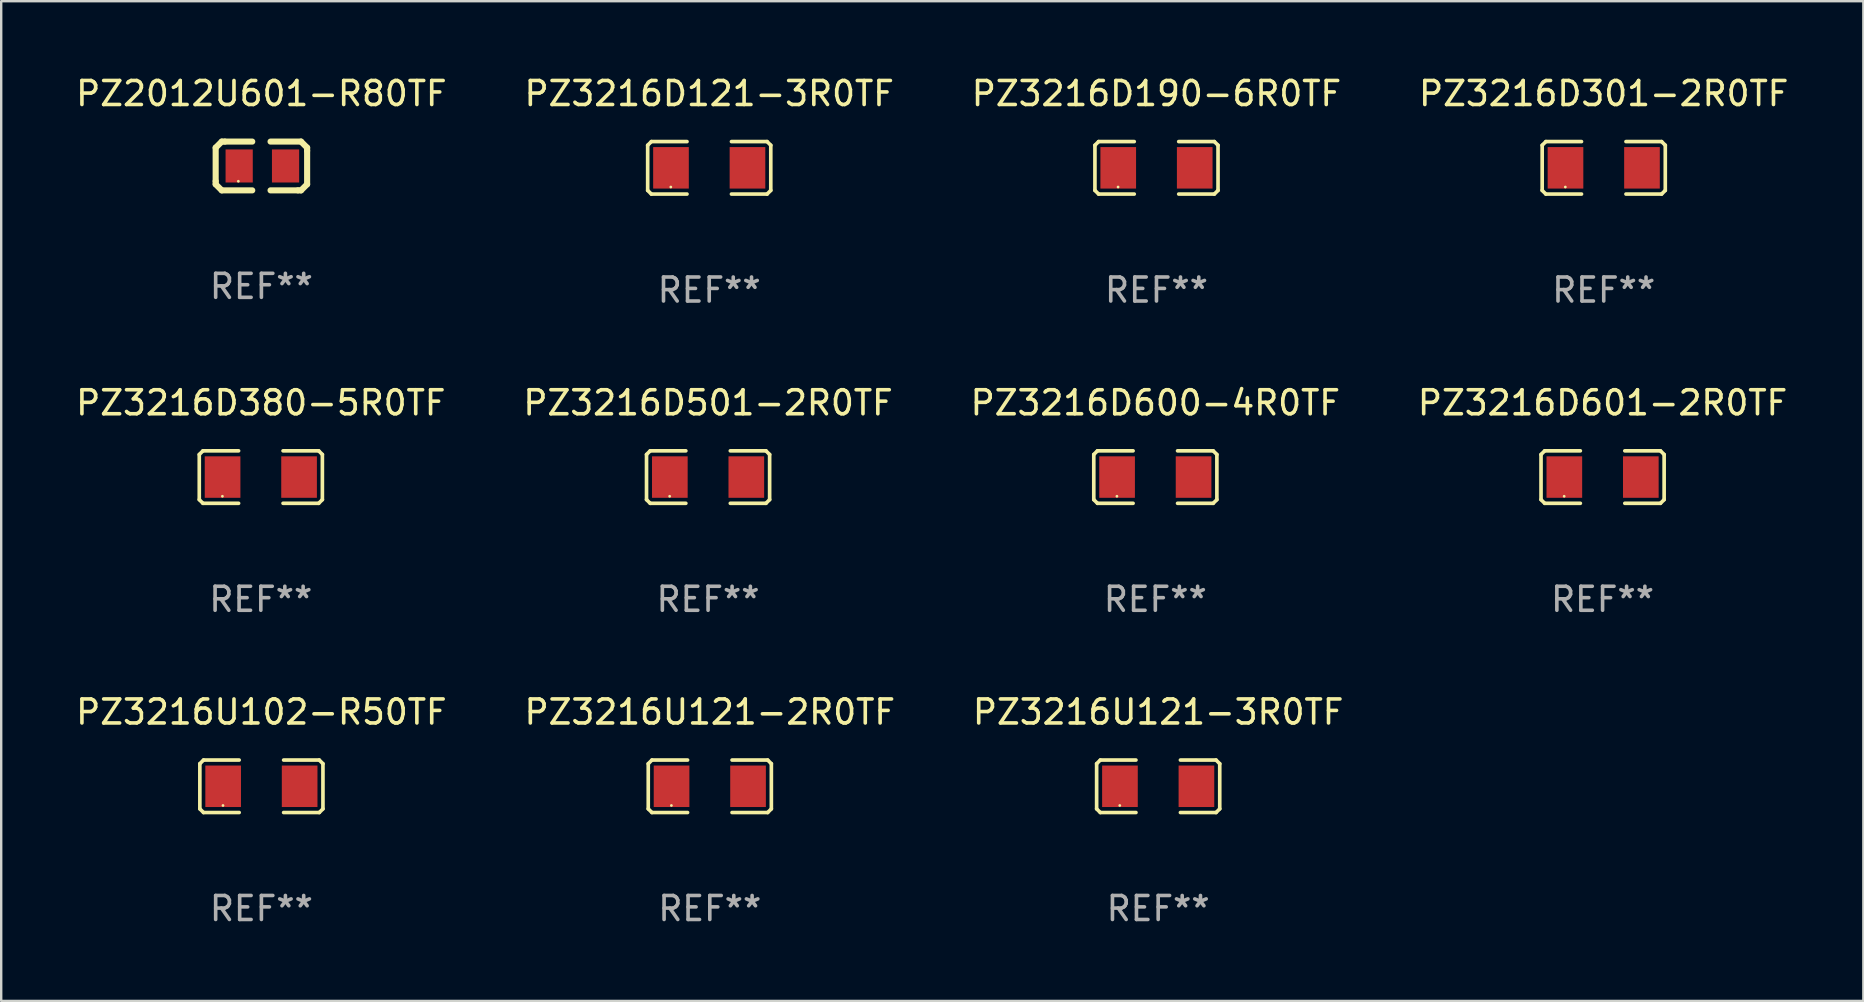
<source format=kicad_pcb>
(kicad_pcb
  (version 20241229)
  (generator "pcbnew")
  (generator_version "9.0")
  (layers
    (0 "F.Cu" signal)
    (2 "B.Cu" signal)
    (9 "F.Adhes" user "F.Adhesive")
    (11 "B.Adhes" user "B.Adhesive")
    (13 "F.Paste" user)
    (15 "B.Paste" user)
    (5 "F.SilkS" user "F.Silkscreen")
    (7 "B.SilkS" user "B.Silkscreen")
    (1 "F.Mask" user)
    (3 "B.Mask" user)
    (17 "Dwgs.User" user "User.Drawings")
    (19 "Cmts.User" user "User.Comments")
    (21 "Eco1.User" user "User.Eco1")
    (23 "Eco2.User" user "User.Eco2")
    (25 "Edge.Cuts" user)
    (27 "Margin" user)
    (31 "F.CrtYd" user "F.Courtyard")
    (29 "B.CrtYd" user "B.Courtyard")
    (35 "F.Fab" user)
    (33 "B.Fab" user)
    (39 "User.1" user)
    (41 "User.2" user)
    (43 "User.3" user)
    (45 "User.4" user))
  (footprint "PZ3216D601-2R0TF"
    (layer "F.Cu")
    (at 63.708 16.823)
    (property "Reference" "PZ3216D601-2R0TF" (at 0 -3.093 0) (layer "F.SilkS") (effects (font (size 1 1) (thickness 0.15))))
    (attr through_hole)
    (fp_line (start -2.564 -0.94) (end -2.411 -1.093) (stroke (width 0.152) (type solid)) (layer "F.SilkS"))
    (fp_line (start -2.564 0.94) (end -2.564 -0.94) (stroke (width 0.152) (type solid)) (layer "F.SilkS"))
    (fp_line (start -2.411 -1.093) (end -0.926 -1.093) (stroke (width 0.152) (type solid)) (layer "F.SilkS"))
    (fp_line (start -2.411 1.093) (end -2.564 0.94) (stroke (width 0.152) (type solid)) (layer "F.SilkS"))
    (fp_line (start -0.926 1.093) (end -2.411 1.093) (stroke (width 0.152) (type solid)) (layer "F.SilkS"))
    (fp_line (start 0.926 1.093) (end 2.411 1.093) (stroke (width 0.152) (type solid)) (layer "F.SilkS"))
    (fp_line (start 2.411 -1.093) (end 0.926 -1.093) (stroke (width 0.152) (type solid)) (layer "F.SilkS"))
    (fp_line (start 2.411 1.093) (end 2.564 0.94) (stroke (width 0.152) (type solid)) (layer "F.SilkS"))
    (fp_line (start 2.564 -0.94) (end 2.411 -1.093) (stroke (width 0.152) (type solid)) (layer "F.SilkS"))
    (fp_line (start 2.564 0.94) (end 2.564 -0.94) (stroke (width 0.152) (type solid)) (layer "F.SilkS"))
    (fp_circle (center -1.6 0.8) (end -1.57 0.8) (stroke (width 0.06) (type solid)) (fill no) (layer "F.SilkS"))
    (fp_text user "REF**" (at 0 5.093 0) (layer "F.Fab") (effects (font (size 1 1) (thickness 0.15))))
    (pad "1" smd rect (at -1.593 0) (size 1.485 1.728) (layers "F.Cu" "F.Mask" "F.Paste"))
    (pad "2" smd rect (at 1.593 0) (size 1.485 1.728) (layers "F.Cu" "F.Mask" "F.Paste")))
  (footprint "PZ2012U601-R80TF"
    (layer "F.Cu")
    (at 7.839 3.864)
    (property "Reference" "PZ2012U601-R80TF" (at 0 -3.016 0) (layer "F.SilkS") (effects (font (size 1 1) (thickness 0.15))))
    (attr through_hole)
    (fp_line (start -1.905 -0.762) (end -1.905 0.635) (stroke (width 0.254) (type solid)) (layer "F.SilkS"))
    (fp_line (start -1.905 0.635) (end -1.905 0.762) (stroke (width 0.254) (type solid)) (layer "F.SilkS"))
    (fp_line (start -1.905 0.762) (end -1.651 1.016) (stroke (width 0.254) (type solid)) (layer "F.SilkS"))
    (fp_line (start -1.651 -1.016) (end -1.905 -0.762) (stroke (width 0.254) (type solid)) (layer "F.SilkS"))
    (fp_line (start -1.651 1.016) (end -0.381 1.016) (stroke (width 0.254) (type solid)) (layer "F.SilkS"))
    (fp_line (start -1.524 -1.016) (end -1.651 -1.016) (stroke (width 0.254) (type solid)) (layer "F.SilkS"))
    (fp_line (start -0.381 -1.016) (end -1.524 -1.016) (stroke (width 0.254) (type solid)) (layer "F.SilkS"))
    (fp_line (start 0.381 1.016) (end 1.524 1.016) (stroke (width 0.254) (type solid)) (layer "F.SilkS"))
    (fp_line (start 1.524 1.016) (end 1.651 1.016) (stroke (width 0.254) (type solid)) (layer "F.SilkS"))
    (fp_line (start 1.651 -1.016) (end 0.381 -1.016) (stroke (width 0.254) (type solid)) (layer "F.SilkS"))
    (fp_line (start 1.651 1.016) (end 1.905 0.762) (stroke (width 0.254) (type solid)) (layer "F.SilkS"))
    (fp_line (start 1.905 -0.762) (end 1.651 -1.016) (stroke (width 0.254) (type solid)) (layer "F.SilkS"))
    (fp_line (start 1.905 -0.635) (end 1.905 -0.762) (stroke (width 0.254) (type solid)) (layer "F.SilkS"))
    (fp_line (start 1.905 0.762) (end 1.905 -0.635) (stroke (width 0.254) (type solid)) (layer "F.SilkS"))
    (fp_circle (center -0.96 0.637) (end -0.93 0.637) (stroke (width 0.06) (type solid)) (fill no) (layer "F.SilkS"))
    (fp_text user "REF**" (at 0 5.016 0) (layer "F.Fab") (effects (font (size 1 1) (thickness 0.15))))
    (pad "1" smd rect (at -0.926 -0.000051) (size 1.133 1.377) (layers "F.Cu" "F.Mask" "F.Paste"))
    (pad "2" smd rect (at 1.006 -0.000051) (size 1.133 1.377) (layers "F.Cu" "F.Mask" "F.Paste")))
  (footprint "PZ3216D501-2R0TF"
    (layer "F.Cu")
    (at 26.446 16.823)
    (property "Reference" "PZ3216D501-2R0TF" (at 0 -3.093 0) (layer "F.SilkS") (effects (font (size 1 1) (thickness 0.15))))
    (attr through_hole)
    (fp_line (start -2.564 -0.94) (end -2.411 -1.093) (stroke (width 0.152) (type solid)) (layer "F.SilkS"))
    (fp_line (start -2.564 0.94) (end -2.564 -0.94) (stroke (width 0.152) (type solid)) (layer "F.SilkS"))
    (fp_line (start -2.411 -1.093) (end -0.926 -1.093) (stroke (width 0.152) (type solid)) (layer "F.SilkS"))
    (fp_line (start -2.411 1.093) (end -2.564 0.94) (stroke (width 0.152) (type solid)) (layer "F.SilkS"))
    (fp_line (start -0.926 1.093) (end -2.411 1.093) (stroke (width 0.152) (type solid)) (layer "F.SilkS"))
    (fp_line (start 0.926 1.093) (end 2.411 1.093) (stroke (width 0.152) (type solid)) (layer "F.SilkS"))
    (fp_line (start 2.411 -1.093) (end 0.926 -1.093) (stroke (width 0.152) (type solid)) (layer "F.SilkS"))
    (fp_line (start 2.411 1.093) (end 2.564 0.94) (stroke (width 0.152) (type solid)) (layer "F.SilkS"))
    (fp_line (start 2.564 -0.94) (end 2.411 -1.093) (stroke (width 0.152) (type solid)) (layer "F.SilkS"))
    (fp_line (start 2.564 0.94) (end 2.564 -0.94) (stroke (width 0.152) (type solid)) (layer "F.SilkS"))
    (fp_circle (center -1.6 0.8) (end -1.57 0.8) (stroke (width 0.06) (type solid)) (fill no) (layer "F.SilkS"))
    (fp_text user "REF**" (at 0 5.093 0) (layer "F.Fab") (effects (font (size 1 1) (thickness 0.15))))
    (pad "1" smd rect (at -1.593 0) (size 1.485 1.728) (layers "F.Cu" "F.Mask" "F.Paste"))
    (pad "2" smd rect (at 1.593 0) (size 1.485 1.728) (layers "F.Cu" "F.Mask" "F.Paste")))
  (footprint "PZ3216D600-4R0TF"
    (layer "F.Cu")
    (at 45.077 16.823)
    (property "Reference" "PZ3216D600-4R0TF" (at 0 -3.093 0) (layer "F.SilkS") (effects (font (size 1 1) (thickness 0.15))))
    (attr through_hole)
    (fp_line (start -2.564 -0.94) (end -2.411 -1.093) (stroke (width 0.152) (type solid)) (layer "F.SilkS"))
    (fp_line (start -2.564 0.94) (end -2.564 -0.94) (stroke (width 0.152) (type solid)) (layer "F.SilkS"))
    (fp_line (start -2.411 -1.093) (end -0.926 -1.093) (stroke (width 0.152) (type solid)) (layer "F.SilkS"))
    (fp_line (start -2.411 1.093) (end -2.564 0.94) (stroke (width 0.152) (type solid)) (layer "F.SilkS"))
    (fp_line (start -0.926 1.093) (end -2.411 1.093) (stroke (width 0.152) (type solid)) (layer "F.SilkS"))
    (fp_line (start 0.926 1.093) (end 2.411 1.093) (stroke (width 0.152) (type solid)) (layer "F.SilkS"))
    (fp_line (start 2.411 -1.093) (end 0.926 -1.093) (stroke (width 0.152) (type solid)) (layer "F.SilkS"))
    (fp_line (start 2.411 1.093) (end 2.564 0.94) (stroke (width 0.152) (type solid)) (layer "F.SilkS"))
    (fp_line (start 2.564 -0.94) (end 2.411 -1.093) (stroke (width 0.152) (type solid)) (layer "F.SilkS"))
    (fp_line (start 2.564 0.94) (end 2.564 -0.94) (stroke (width 0.152) (type solid)) (layer "F.SilkS"))
    (fp_circle (center -1.6 0.8) (end -1.57 0.8) (stroke (width 0.06) (type solid)) (fill no) (layer "F.SilkS"))
    (fp_text user "REF**" (at 0 5.093 0) (layer "F.Fab") (effects (font (size 1 1) (thickness 0.15))))
    (pad "1" smd rect (at -1.593 0) (size 1.485 1.728) (layers "F.Cu" "F.Mask" "F.Paste"))
    (pad "2" smd rect (at 1.593 0) (size 1.485 1.728) (layers "F.Cu" "F.Mask" "F.Paste")))
  (footprint "PZ3216U121-3R0TF"
    (layer "F.Cu")
    (at 45.196 29.704)
    (property "Reference" "PZ3216U121-3R0TF" (at 0 -3.093 0) (layer "F.SilkS") (effects (font (size 1 1) (thickness 0.15))))
    (attr through_hole)
    (fp_line (start -2.564 -0.94) (end -2.411 -1.093) (stroke (width 0.152) (type solid)) (layer "F.SilkS"))
    (fp_line (start -2.564 0.94) (end -2.564 -0.94) (stroke (width 0.152) (type solid)) (layer "F.SilkS"))
    (fp_line (start -2.411 -1.093) (end -0.926 -1.093) (stroke (width 0.152) (type solid)) (layer "F.SilkS"))
    (fp_line (start -2.411 1.093) (end -2.564 0.94) (stroke (width 0.152) (type solid)) (layer "F.SilkS"))
    (fp_line (start -0.926 1.093) (end -2.411 1.093) (stroke (width 0.152) (type solid)) (layer "F.SilkS"))
    (fp_line (start 0.926 1.093) (end 2.411 1.093) (stroke (width 0.152) (type solid)) (layer "F.SilkS"))
    (fp_line (start 2.411 -1.093) (end 0.926 -1.093) (stroke (width 0.152) (type solid)) (layer "F.SilkS"))
    (fp_line (start 2.411 1.093) (end 2.564 0.94) (stroke (width 0.152) (type solid)) (layer "F.SilkS"))
    (fp_line (start 2.564 -0.94) (end 2.411 -1.093) (stroke (width 0.152) (type solid)) (layer "F.SilkS"))
    (fp_line (start 2.564 0.94) (end 2.564 -0.94) (stroke (width 0.152) (type solid)) (layer "F.SilkS"))
    (fp_circle (center -1.6 0.8) (end -1.57 0.8) (stroke (width 0.06) (type solid)) (fill no) (layer "F.SilkS"))
    (fp_text user "REF**" (at 0 5.093 0) (layer "F.Fab") (effects (font (size 1 1) (thickness 0.15))))
    (pad "1" smd rect (at -1.593 0) (size 1.485 1.728) (layers "F.Cu" "F.Mask" "F.Paste"))
    (pad "2" smd rect (at 1.593 0) (size 1.485 1.728) (layers "F.Cu" "F.Mask" "F.Paste")))
  (footprint "PZ3216D190-6R0TF"
    (layer "F.Cu")
    (at 45.125 3.941)
    (property "Reference" "PZ3216D190-6R0TF" (at 0 -3.093 0) (layer "F.SilkS") (effects (font (size 1 1) (thickness 0.15))))
    (attr through_hole)
    (fp_line (start -2.564 -0.94) (end -2.411 -1.093) (stroke (width 0.152) (type solid)) (layer "F.SilkS"))
    (fp_line (start -2.564 0.94) (end -2.564 -0.94) (stroke (width 0.152) (type solid)) (layer "F.SilkS"))
    (fp_line (start -2.411 -1.093) (end -0.926 -1.093) (stroke (width 0.152) (type solid)) (layer "F.SilkS"))
    (fp_line (start -2.411 1.093) (end -2.564 0.94) (stroke (width 0.152) (type solid)) (layer "F.SilkS"))
    (fp_line (start -0.926 1.093) (end -2.411 1.093) (stroke (width 0.152) (type solid)) (layer "F.SilkS"))
    (fp_line (start 0.926 1.093) (end 2.411 1.093) (stroke (width 0.152) (type solid)) (layer "F.SilkS"))
    (fp_line (start 2.411 -1.093) (end 0.926 -1.093) (stroke (width 0.152) (type solid)) (layer "F.SilkS"))
    (fp_line (start 2.411 1.093) (end 2.564 0.94) (stroke (width 0.152) (type solid)) (layer "F.SilkS"))
    (fp_line (start 2.564 -0.94) (end 2.411 -1.093) (stroke (width 0.152) (type solid)) (layer "F.SilkS"))
    (fp_line (start 2.564 0.94) (end 2.564 -0.94) (stroke (width 0.152) (type solid)) (layer "F.SilkS"))
    (fp_circle (center -1.6 0.8) (end -1.57 0.8) (stroke (width 0.06) (type solid)) (fill no) (layer "F.SilkS"))
    (fp_text user "REF**" (at 0 5.093 0) (layer "F.Fab") (effects (font (size 1 1) (thickness 0.15))))
    (pad "1" smd rect (at -1.593 0) (size 1.485 1.728) (layers "F.Cu" "F.Mask" "F.Paste"))
    (pad "2" smd rect (at 1.593 0) (size 1.485 1.728) (layers "F.Cu" "F.Mask" "F.Paste")))
  (footprint "PZ3216U102-R50TF"
    (layer "F.Cu")
    (at 7.839 29.704)
    (property "Reference" "PZ3216U102-R50TF" (at 0 -3.093 0) (layer "F.SilkS") (effects (font (size 1 1) (thickness 0.15))))
    (attr through_hole)
    (fp_line (start -2.564 -0.94) (end -2.411 -1.093) (stroke (width 0.152) (type solid)) (layer "F.SilkS"))
    (fp_line (start -2.564 0.94) (end -2.564 -0.94) (stroke (width 0.152) (type solid)) (layer "F.SilkS"))
    (fp_line (start -2.411 -1.093) (end -0.926 -1.093) (stroke (width 0.152) (type solid)) (layer "F.SilkS"))
    (fp_line (start -2.411 1.093) (end -2.564 0.94) (stroke (width 0.152) (type solid)) (layer "F.SilkS"))
    (fp_line (start -0.926 1.093) (end -2.411 1.093) (stroke (width 0.152) (type solid)) (layer "F.SilkS"))
    (fp_line (start 0.926 1.093) (end 2.411 1.093) (stroke (width 0.152) (type solid)) (layer "F.SilkS"))
    (fp_line (start 2.411 -1.093) (end 0.926 -1.093) (stroke (width 0.152) (type solid)) (layer "F.SilkS"))
    (fp_line (start 2.411 1.093) (end 2.564 0.94) (stroke (width 0.152) (type solid)) (layer "F.SilkS"))
    (fp_line (start 2.564 -0.94) (end 2.411 -1.093) (stroke (width 0.152) (type solid)) (layer "F.SilkS"))
    (fp_line (start 2.564 0.94) (end 2.564 -0.94) (stroke (width 0.152) (type solid)) (layer "F.SilkS"))
    (fp_circle (center -1.6 0.8) (end -1.57 0.8) (stroke (width 0.06) (type solid)) (fill no) (layer "F.SilkS"))
    (fp_text user "REF**" (at 0 5.093 0) (layer "F.Fab") (effects (font (size 1 1) (thickness 0.15))))
    (pad "1" smd rect (at -1.593 0) (size 1.485 1.728) (layers "F.Cu" "F.Mask" "F.Paste"))
    (pad "2" smd rect (at 1.593 0) (size 1.485 1.728) (layers "F.Cu" "F.Mask" "F.Paste")))
  (footprint "PZ3216D301-2R0TF"
    (layer "F.Cu")
    (at 63.756 3.941)
    (property "Reference" "PZ3216D301-2R0TF" (at 0 -3.093 0) (layer "F.SilkS") (effects (font (size 1 1) (thickness 0.15))))
    (attr through_hole)
    (fp_line (start -2.564 -0.94) (end -2.411 -1.093) (stroke (width 0.152) (type solid)) (layer "F.SilkS"))
    (fp_line (start -2.564 0.94) (end -2.564 -0.94) (stroke (width 0.152) (type solid)) (layer "F.SilkS"))
    (fp_line (start -2.411 -1.093) (end -0.926 -1.093) (stroke (width 0.152) (type solid)) (layer "F.SilkS"))
    (fp_line (start -2.411 1.093) (end -2.564 0.94) (stroke (width 0.152) (type solid)) (layer "F.SilkS"))
    (fp_line (start -0.926 1.093) (end -2.411 1.093) (stroke (width 0.152) (type solid)) (layer "F.SilkS"))
    (fp_line (start 0.926 1.093) (end 2.411 1.093) (stroke (width 0.152) (type solid)) (layer "F.SilkS"))
    (fp_line (start 2.411 -1.093) (end 0.926 -1.093) (stroke (width 0.152) (type solid)) (layer "F.SilkS"))
    (fp_line (start 2.411 1.093) (end 2.564 0.94) (stroke (width 0.152) (type solid)) (layer "F.SilkS"))
    (fp_line (start 2.564 -0.94) (end 2.411 -1.093) (stroke (width 0.152) (type solid)) (layer "F.SilkS"))
    (fp_line (start 2.564 0.94) (end 2.564 -0.94) (stroke (width 0.152) (type solid)) (layer "F.SilkS"))
    (fp_circle (center -1.6 0.8) (end -1.57 0.8) (stroke (width 0.06) (type solid)) (fill no) (layer "F.SilkS"))
    (fp_text user "REF**" (at 0 5.093 0) (layer "F.Fab") (effects (font (size 1 1) (thickness 0.15))))
    (pad "1" smd rect (at -1.593 0) (size 1.485 1.728) (layers "F.Cu" "F.Mask" "F.Paste"))
    (pad "2" smd rect (at 1.593 0) (size 1.485 1.728) (layers "F.Cu" "F.Mask" "F.Paste")))
  (footprint "PZ3216U121-2R0TF"
    (layer "F.Cu")
    (at 26.518 29.704)
    (property "Reference" "PZ3216U121-2R0TF" (at 0 -3.093 0) (layer "F.SilkS") (effects (font (size 1 1) (thickness 0.15))))
    (attr through_hole)
    (fp_line (start -2.564 -0.94) (end -2.411 -1.093) (stroke (width 0.152) (type solid)) (layer "F.SilkS"))
    (fp_line (start -2.564 0.94) (end -2.564 -0.94) (stroke (width 0.152) (type solid)) (layer "F.SilkS"))
    (fp_line (start -2.411 -1.093) (end -0.926 -1.093) (stroke (width 0.152) (type solid)) (layer "F.SilkS"))
    (fp_line (start -2.411 1.093) (end -2.564 0.94) (stroke (width 0.152) (type solid)) (layer "F.SilkS"))
    (fp_line (start -0.926 1.093) (end -2.411 1.093) (stroke (width 0.152) (type solid)) (layer "F.SilkS"))
    (fp_line (start 0.926 1.093) (end 2.411 1.093) (stroke (width 0.152) (type solid)) (layer "F.SilkS"))
    (fp_line (start 2.411 -1.093) (end 0.926 -1.093) (stroke (width 0.152) (type solid)) (layer "F.SilkS"))
    (fp_line (start 2.411 1.093) (end 2.564 0.94) (stroke (width 0.152) (type solid)) (layer "F.SilkS"))
    (fp_line (start 2.564 -0.94) (end 2.411 -1.093) (stroke (width 0.152) (type solid)) (layer "F.SilkS"))
    (fp_line (start 2.564 0.94) (end 2.564 -0.94) (stroke (width 0.152) (type solid)) (layer "F.SilkS"))
    (fp_circle (center -1.6 0.8) (end -1.57 0.8) (stroke (width 0.06) (type solid)) (fill no) (layer "F.SilkS"))
    (fp_text user "REF**" (at 0 5.093 0) (layer "F.Fab") (effects (font (size 1 1) (thickness 0.15))))
    (pad "1" smd rect (at -1.593 0) (size 1.485 1.728) (layers "F.Cu" "F.Mask" "F.Paste"))
    (pad "2" smd rect (at 1.593 0) (size 1.485 1.728) (layers "F.Cu" "F.Mask" "F.Paste")))
  (footprint "PZ3216D121-3R0TF"
    (layer "F.Cu")
    (at 26.494 3.941)
    (property "Reference" "PZ3216D121-3R0TF" (at 0 -3.093 0) (layer "F.SilkS") (effects (font (size 1 1) (thickness 0.15))))
    (attr through_hole)
    (fp_line (start -2.564 -0.94) (end -2.411 -1.093) (stroke (width 0.152) (type solid)) (layer "F.SilkS"))
    (fp_line (start -2.564 0.94) (end -2.564 -0.94) (stroke (width 0.152) (type solid)) (layer "F.SilkS"))
    (fp_line (start -2.411 -1.093) (end -0.926 -1.093) (stroke (width 0.152) (type solid)) (layer "F.SilkS"))
    (fp_line (start -2.411 1.093) (end -2.564 0.94) (stroke (width 0.152) (type solid)) (layer "F.SilkS"))
    (fp_line (start -0.926 1.093) (end -2.411 1.093) (stroke (width 0.152) (type solid)) (layer "F.SilkS"))
    (fp_line (start 0.926 1.093) (end 2.411 1.093) (stroke (width 0.152) (type solid)) (layer "F.SilkS"))
    (fp_line (start 2.411 -1.093) (end 0.926 -1.093) (stroke (width 0.152) (type solid)) (layer "F.SilkS"))
    (fp_line (start 2.411 1.093) (end 2.564 0.94) (stroke (width 0.152) (type solid)) (layer "F.SilkS"))
    (fp_line (start 2.564 -0.94) (end 2.411 -1.093) (stroke (width 0.152) (type solid)) (layer "F.SilkS"))
    (fp_line (start 2.564 0.94) (end 2.564 -0.94) (stroke (width 0.152) (type solid)) (layer "F.SilkS"))
    (fp_circle (center -1.6 0.8) (end -1.57 0.8) (stroke (width 0.06) (type solid)) (fill no) (layer "F.SilkS"))
    (fp_text user "REF**" (at 0 5.093 0) (layer "F.Fab") (effects (font (size 1 1) (thickness 0.15))))
    (pad "1" smd rect (at -1.593 0) (size 1.485 1.728) (layers "F.Cu" "F.Mask" "F.Paste"))
    (pad "2" smd rect (at 1.593 0) (size 1.485 1.728) (layers "F.Cu" "F.Mask" "F.Paste")))
  (footprint "PZ3216D380-5R0TF"
    (layer "F.Cu")
    (at 7.815 16.823)
    (property "Reference" "PZ3216D380-5R0TF" (at 0 -3.093 0) (layer "F.SilkS") (effects (font (size 1 1) (thickness 0.15))))
    (attr through_hole)
    (fp_line (start -2.564 -0.94) (end -2.411 -1.093) (stroke (width 0.152) (type solid)) (layer "F.SilkS"))
    (fp_line (start -2.564 0.94) (end -2.564 -0.94) (stroke (width 0.152) (type solid)) (layer "F.SilkS"))
    (fp_line (start -2.411 -1.093) (end -0.926 -1.093) (stroke (width 0.152) (type solid)) (layer "F.SilkS"))
    (fp_line (start -2.411 1.093) (end -2.564 0.94) (stroke (width 0.152) (type solid)) (layer "F.SilkS"))
    (fp_line (start -0.926 1.093) (end -2.411 1.093) (stroke (width 0.152) (type solid)) (layer "F.SilkS"))
    (fp_line (start 0.926 1.093) (end 2.411 1.093) (stroke (width 0.152) (type solid)) (layer "F.SilkS"))
    (fp_line (start 2.411 -1.093) (end 0.926 -1.093) (stroke (width 0.152) (type solid)) (layer "F.SilkS"))
    (fp_line (start 2.411 1.093) (end 2.564 0.94) (stroke (width 0.152) (type solid)) (layer "F.SilkS"))
    (fp_line (start 2.564 -0.94) (end 2.411 -1.093) (stroke (width 0.152) (type solid)) (layer "F.SilkS"))
    (fp_line (start 2.564 0.94) (end 2.564 -0.94) (stroke (width 0.152) (type solid)) (layer "F.SilkS"))
    (fp_circle (center -1.6 0.8) (end -1.57 0.8) (stroke (width 0.06) (type solid)) (fill no) (layer "F.SilkS"))
    (fp_text user "REF**" (at 0 5.093 0) (layer "F.Fab") (effects (font (size 1 1) (thickness 0.15))))
    (pad "1" smd rect (at -1.593 0) (size 1.485 1.728) (layers "F.Cu" "F.Mask" "F.Paste"))
    (pad "2" smd rect (at 1.593 0) (size 1.485 1.728) (layers "F.Cu" "F.Mask" "F.Paste")))
  (gr_rect
    (start -3 -3)
    (end 74.571 38.645)
    (stroke (width 0.1) (type default))
    (fill no)
    (layer "Edge.Cuts")))
</source>
